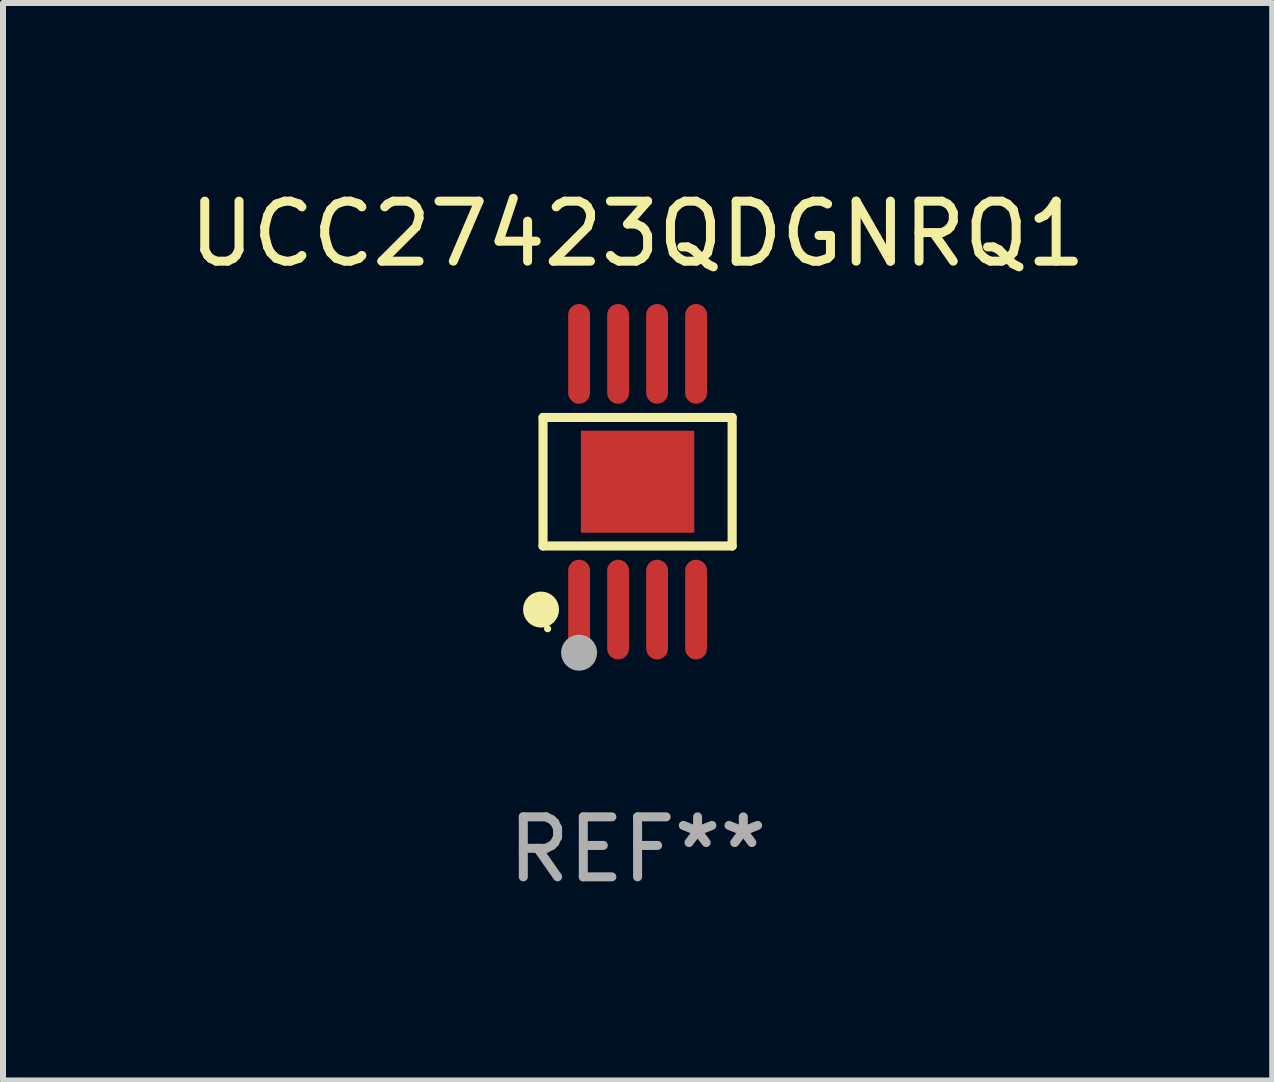
<source format=kicad_pcb>
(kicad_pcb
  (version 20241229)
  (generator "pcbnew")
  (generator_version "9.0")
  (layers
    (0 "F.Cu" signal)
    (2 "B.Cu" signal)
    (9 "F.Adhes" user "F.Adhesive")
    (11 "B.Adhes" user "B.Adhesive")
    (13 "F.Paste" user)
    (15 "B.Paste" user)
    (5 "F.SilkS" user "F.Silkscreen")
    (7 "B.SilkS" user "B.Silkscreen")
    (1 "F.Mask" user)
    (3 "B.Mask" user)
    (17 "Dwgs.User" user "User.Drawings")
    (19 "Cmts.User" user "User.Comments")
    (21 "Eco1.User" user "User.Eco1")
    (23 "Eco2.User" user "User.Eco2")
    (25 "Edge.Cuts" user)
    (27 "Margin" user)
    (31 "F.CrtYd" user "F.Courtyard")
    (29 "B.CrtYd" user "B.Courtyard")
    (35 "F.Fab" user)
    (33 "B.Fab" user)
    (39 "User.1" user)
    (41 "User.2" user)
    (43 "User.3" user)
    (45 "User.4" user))
  (footprint "UCC27423QDGNRQ1"
    (layer "F.Cu")
    (at 7.577 4.979)
    (property "Reference" "UCC27423QDGNRQ1" (at 0 -4.131 0) (layer "F.SilkS") (effects (font (size 1 1) (thickness 0.15))))
    (attr through_hole)
    (fp_line (start -1.576 -1.071) (end 1.576 -1.071) (stroke (width 0.152) (type solid)) (layer "F.SilkS"))
    (fp_line (start -1.576 1.071) (end -1.576 -1.071) (stroke (width 0.152) (type solid)) (layer "F.SilkS"))
    (fp_line (start 1.576 -1.071) (end 1.576 1.071) (stroke (width 0.152) (type solid)) (layer "F.SilkS"))
    (fp_line (start 1.576 1.071) (end -1.576 1.071) (stroke (width 0.152) (type solid)) (layer "F.SilkS"))
    (fp_circle (center -1.609 2.131) (end -1.459 2.131) (stroke (width 0.3) (type solid)) (fill no) (layer "F.SilkS"))
    (fp_circle (center -1.5 2.45) (end -1.47 2.45) (stroke (width 0.06) (type solid)) (fill no) (layer "F.SilkS"))
    (fp_circle (center -0.975 2.85) (end -0.825 2.85) (stroke (width 0.3) (type solid)) (fill no) (layer "F.Fab"))
    (fp_text user "REF**" (at 0 6.131 0) (layer "F.Fab") (effects (font (size 1 1) (thickness 0.15))))
    (pad "1" smd oval (at -0.975 2.131) (size 0.364 1.662) (layers "F.Cu" "F.Mask" "F.Paste"))
    (pad "2" smd oval (at -0.325 2.131) (size 0.364 1.662) (layers "F.Cu" "F.Mask" "F.Paste"))
    (pad "3" smd oval (at 0.325 2.131) (size 0.364 1.662) (layers "F.Cu" "F.Mask" "F.Paste"))
    (pad "4" smd oval (at 0.975 2.131) (size 0.364 1.662) (layers "F.Cu" "F.Mask" "F.Paste"))
    (pad "5" smd oval (at 0.975 -2.131) (size 0.364 1.662) (layers "F.Cu" "F.Mask" "F.Paste"))
    (pad "6" smd oval (at 0.325 -2.131) (size 0.364 1.662) (layers "F.Cu" "F.Mask" "F.Paste"))
    (pad "7" smd oval (at -0.325 -2.131) (size 0.364 1.662) (layers "F.Cu" "F.Mask" "F.Paste"))
    (pad "8" smd oval (at -0.975 -2.131) (size 0.364 1.662) (layers "F.Cu" "F.Mask" "F.Paste"))
    (pad "9" smd rect (at 0 0) (size 1.89 1.7) (layers "F.Cu" "F.Mask" "F.Paste")))
  (gr_rect
    (start -3 -3)
    (end 18.155 14.959)
    (stroke (width 0.1) (type default))
    (fill no)
    (layer "Edge.Cuts")))
</source>
